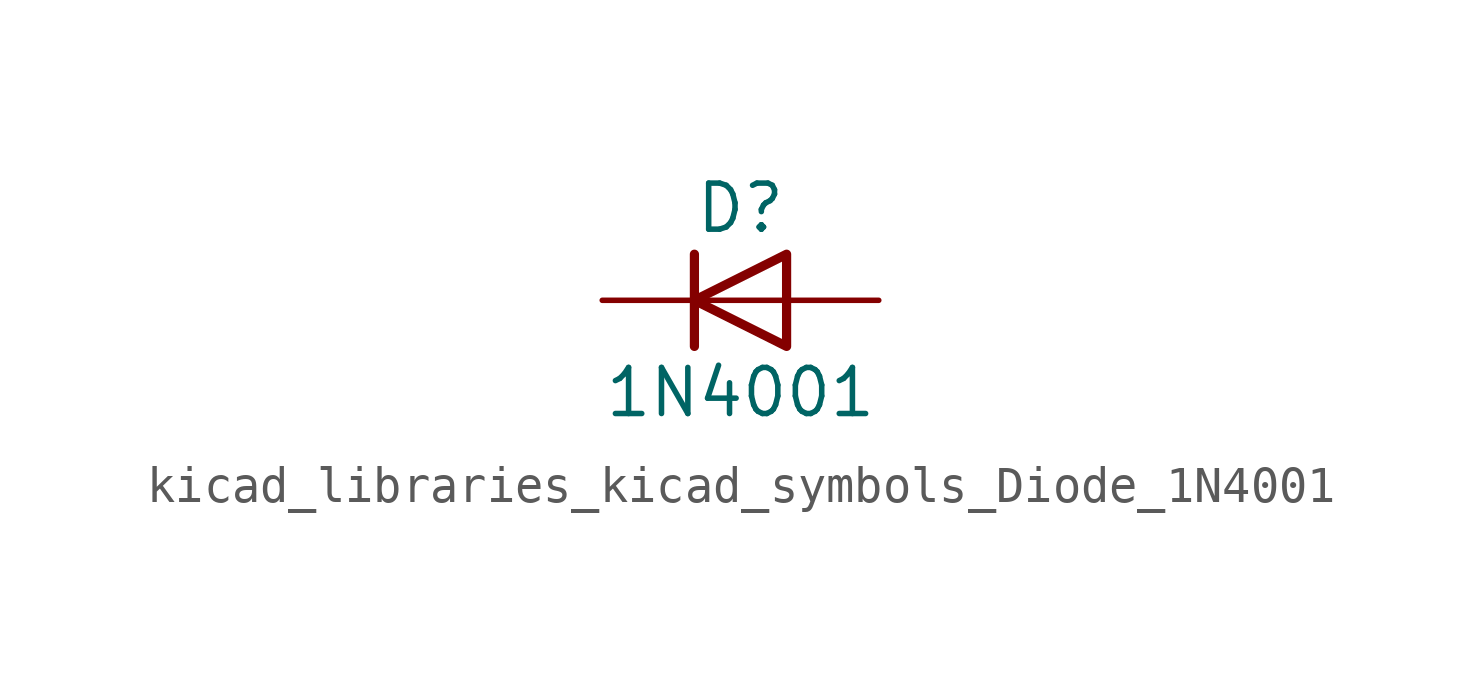
<source format=kicad_sym>
(kicad_symbol_lib
  (version 20220914)
  (generator kicad_symbol_editor)
  (symbol "kicad_libraries_kicad_symbols_Diode_1N4001"
    (pin_numbers hide)
    (pin_names hide)
    (property "Reference" "D"
      (at 0 2.54 0)
      (effects (font (size 1.27 1.27))))
    (property "Value" "1N4001"
      (at 0 -2.54 0)
      (effects (font (size 1.27 1.27))))
    (symbol "kicad_libraries_kicad_symbols_Diode_1N4001_0_1"
      (polyline (pts (xy -1.27 1.27) (xy -1.27 -1.27)) (stroke (width 0.254) (type default)) (fill (type none)))
      (polyline (pts (xy 1.27 0) (xy -1.27 0)) (stroke (width 0) (type default)) (fill (type none)))
      (polyline (pts (xy 1.27 1.27) (xy 1.27 -1.27) (xy -1.27 0) (xy 1.27 1.27)) (stroke (width 0.254) (type default)) (fill (type none))))
    (symbol "kicad_libraries_kicad_symbols_Diode_1N4001_1_1"
      (pin passive line (at -3.81 0 0) (length 2.54) (name "K" (effects (font (size 1.27 1.27)))) (number "1" (effects (font (size 1.27 1.27)))))
      (pin passive line (at 3.81 0 180) (length 2.54) (name "A" (effects (font (size 1.27 1.27)))) (number "2" (effects (font (size 1.27 1.27))))))))
</source>
